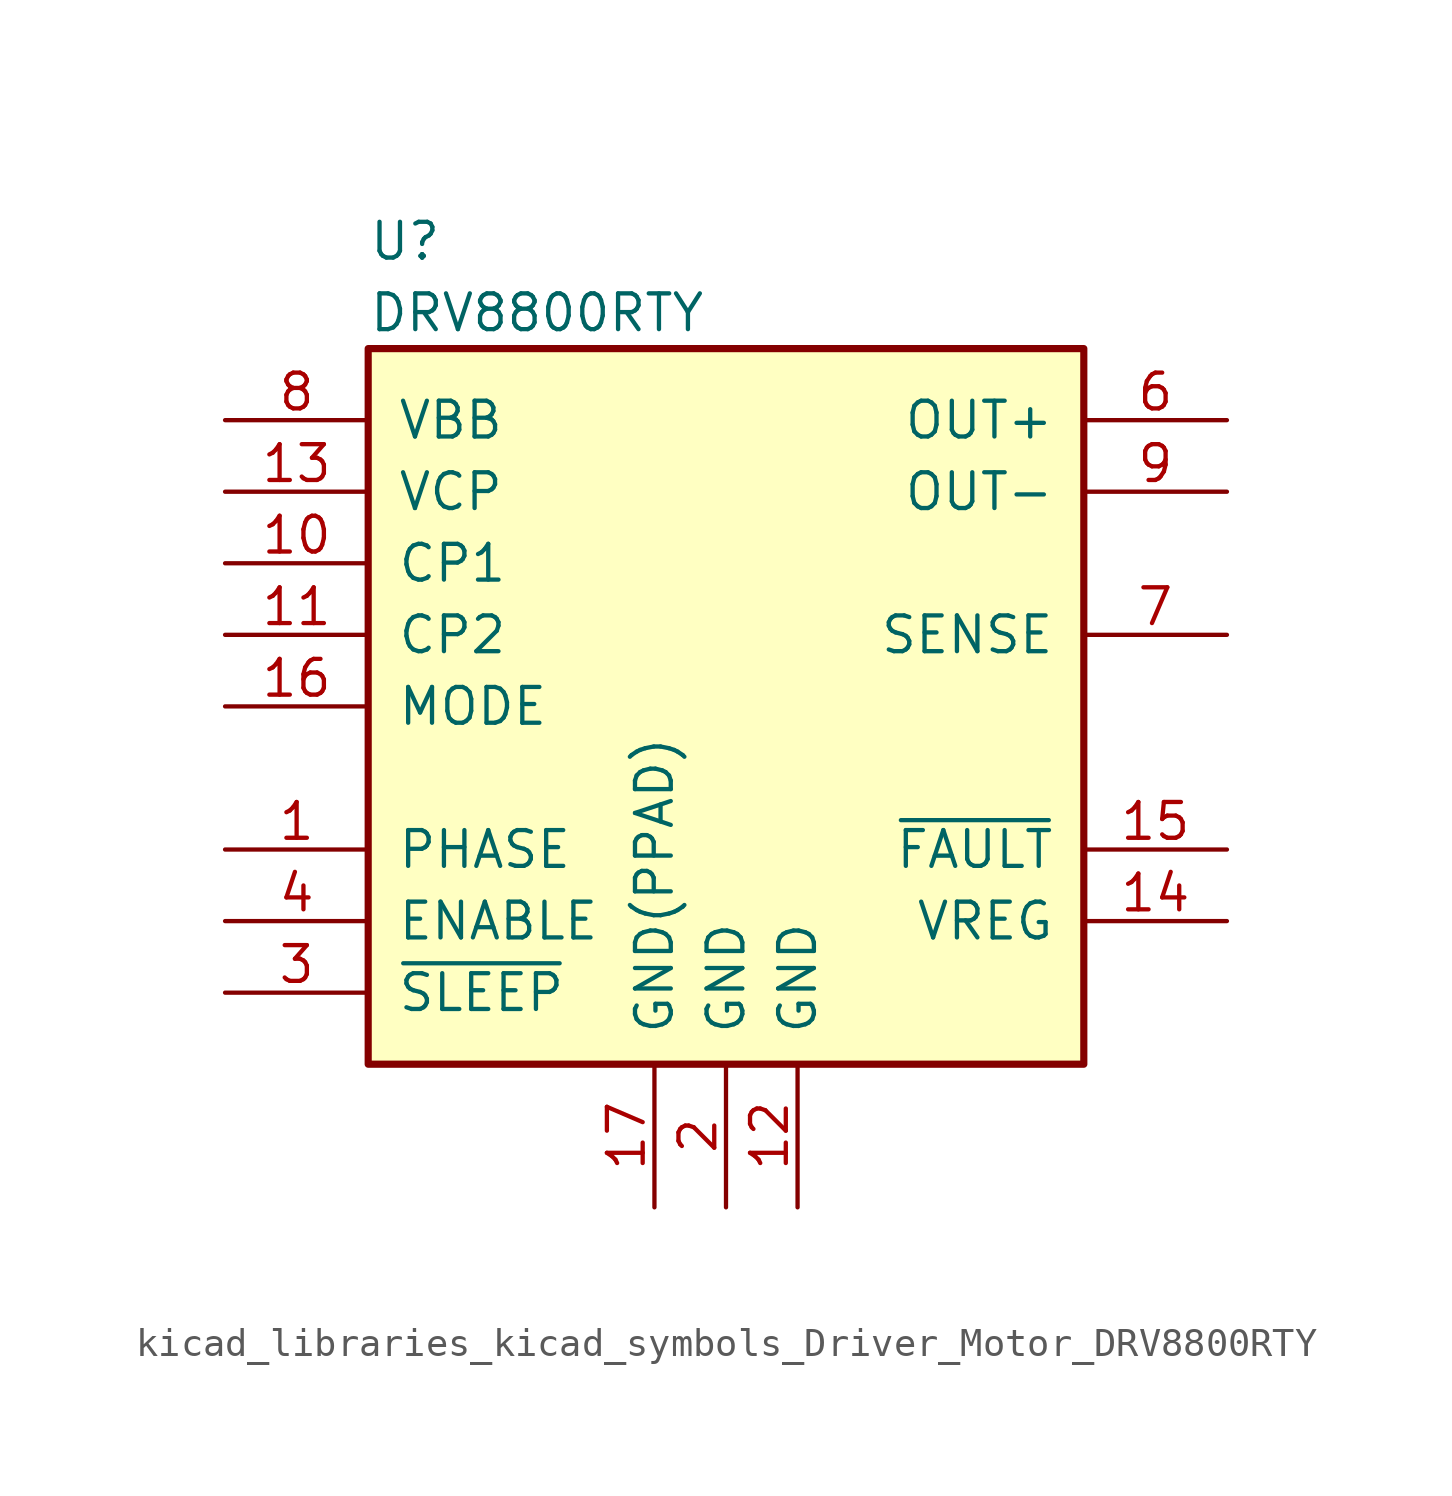
<source format=kicad_sym>
(kicad_symbol_lib
  (version 20220914)
  (generator kicad_symbol_editor)
  (symbol "kicad_libraries_kicad_symbols_Driver_Motor_DRV8800RTY"
    (pin_names
      (offset 1.016))
    (property "Reference" "U"
      (at -12.7 16.51 0)
      (effects (font (size 1.27 1.27)) (justify left)))
    (property "Value" "DRV8800RTY"
      (at -12.7 13.97 0)
      (effects (font (size 1.27 1.27)) (justify left)))
    (symbol "kicad_libraries_kicad_symbols_Driver_Motor_DRV8800RTY_0_1"
      (rectangle (start -12.7 12.7) (end 12.7 -12.7) (stroke (width 0.254) (type default)) (fill (type background))))
    (symbol "kicad_libraries_kicad_symbols_Driver_Motor_DRV8800RTY_1_1"
      (pin input line (at -17.78 -5.08 0) (length 5.08) (name "PHASE" (effects (font (size 1.27 1.27)))) (number "1" (effects (font (size 1.27 1.27)))))
      (pin power_in line (at -17.78 5.08 0) (length 5.08) (name "CP1" (effects (font (size 1.27 1.27)))) (number "10" (effects (font (size 1.27 1.27)))))
      (pin power_in line (at -17.78 2.54 0) (length 5.08) (name "CP2" (effects (font (size 1.27 1.27)))) (number "11" (effects (font (size 1.27 1.27)))))
      (pin power_in line (at 2.54 -17.78 90) (length 5.08) (name "GND" (effects (font (size 1.27 1.27)))) (number "12" (effects (font (size 1.27 1.27)))))
      (pin power_in line (at -17.78 7.62 0) (length 5.08) (name "VCP" (effects (font (size 1.27 1.27)))) (number "13" (effects (font (size 1.27 1.27)))))
      (pin output line (at 17.78 -7.62 180) (length 5.08) (name "VREG" (effects (font (size 1.27 1.27)))) (number "14" (effects (font (size 1.27 1.27)))))
      (pin open_collector line (at 17.78 -5.08 180) (length 5.08) (name "~{FAULT}" (effects (font (size 1.27 1.27)))) (number "15" (effects (font (size 1.27 1.27)))))
      (pin input line (at -17.78 0 0) (length 5.08) (name "MODE" (effects (font (size 1.27 1.27)))) (number "16" (effects (font (size 1.27 1.27)))))
      (pin power_in line (at -2.54 -17.78 90) (length 5.08) (name "GND(PPAD)" (effects (font (size 1.27 1.27)))) (number "17" (effects (font (size 1.27 1.27)))))
      (pin power_in line (at 0 -17.78 90) (length 5.08) (name "GND" (effects (font (size 1.27 1.27)))) (number "2" (effects (font (size 1.27 1.27)))))
      (pin input line (at -17.78 -10.16 0) (length 5.08) (name "~{SLEEP}" (effects (font (size 1.27 1.27)))) (number "3" (effects (font (size 1.27 1.27)))))
      (pin input line (at -17.78 -7.62 0) (length 5.08) (name "ENABLE" (effects (font (size 1.27 1.27)))) (number "4" (effects (font (size 1.27 1.27)))))
      (pin no_connect line (at -12.7 -2.54 0) (length 5.08) hide (name "NC" (effects (font (size 1.27 1.27)))) (number "5" (effects (font (size 1.27 1.27)))))
      (pin power_out line (at 17.78 10.16 180) (length 5.08) (name "OUT+" (effects (font (size 1.27 1.27)))) (number "6" (effects (font (size 1.27 1.27)))))
      (pin power_out line (at 17.78 2.54 180) (length 5.08) (name "SENSE" (effects (font (size 1.27 1.27)))) (number "7" (effects (font (size 1.27 1.27)))))
      (pin power_in line (at -17.78 10.16 0) (length 5.08) (name "VBB" (effects (font (size 1.27 1.27)))) (number "8" (effects (font (size 1.27 1.27)))))
      (pin power_out line (at 17.78 7.62 180) (length 5.08) (name "OUT-" (effects (font (size 1.27 1.27)))) (number "9" (effects (font (size 1.27 1.27))))))))
</source>
